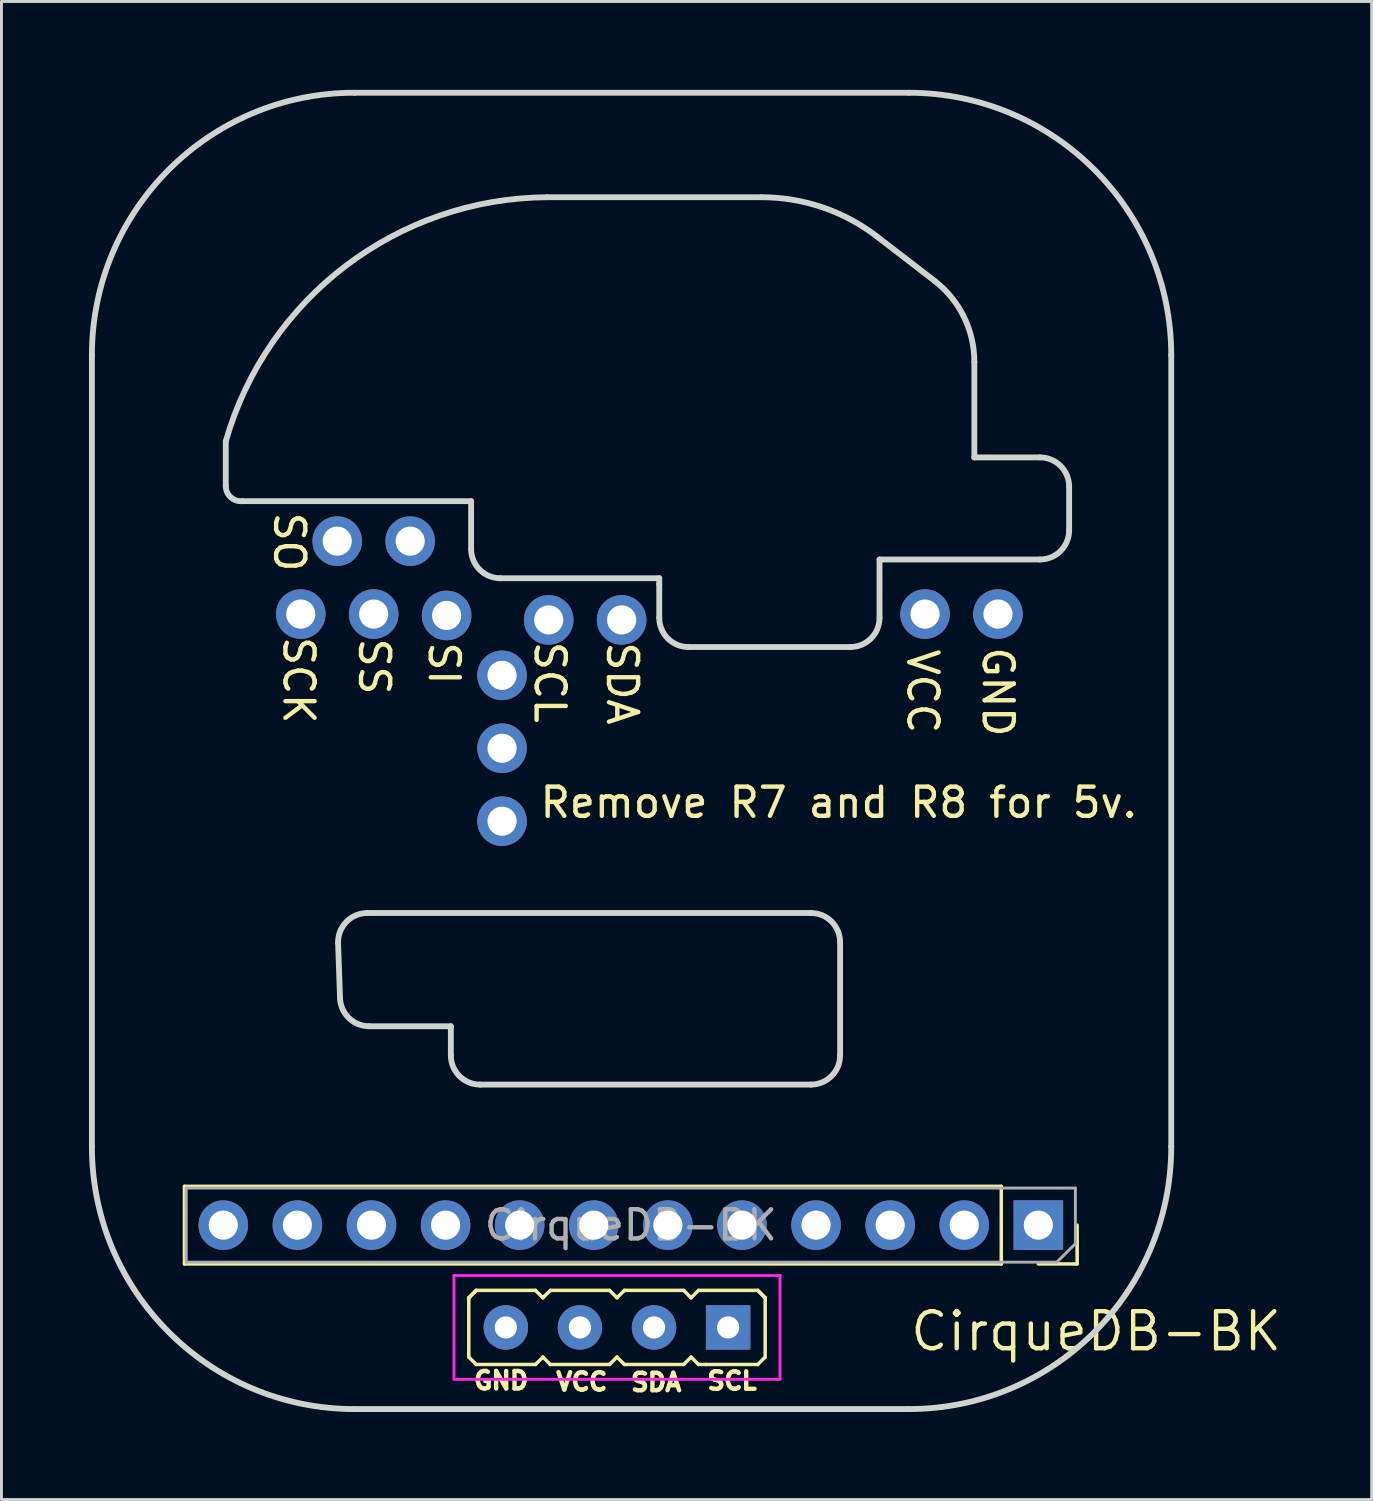
<source format=kicad_pcb>
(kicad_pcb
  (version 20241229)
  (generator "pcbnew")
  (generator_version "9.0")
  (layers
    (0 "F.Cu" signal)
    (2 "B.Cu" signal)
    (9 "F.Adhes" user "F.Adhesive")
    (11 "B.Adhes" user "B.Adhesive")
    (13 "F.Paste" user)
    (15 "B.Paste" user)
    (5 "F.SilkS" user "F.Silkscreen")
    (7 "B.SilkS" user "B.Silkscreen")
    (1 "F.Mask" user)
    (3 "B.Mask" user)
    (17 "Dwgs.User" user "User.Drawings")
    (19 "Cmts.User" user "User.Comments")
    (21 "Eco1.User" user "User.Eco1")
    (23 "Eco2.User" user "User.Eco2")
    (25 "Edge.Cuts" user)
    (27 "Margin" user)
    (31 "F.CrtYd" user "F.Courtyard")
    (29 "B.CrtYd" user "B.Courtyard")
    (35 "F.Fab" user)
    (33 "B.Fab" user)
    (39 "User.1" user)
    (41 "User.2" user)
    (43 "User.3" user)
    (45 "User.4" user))
  (footprint "CirqueDB-BK"
    (layer "F.Cu")
    (at 34.524 42.587)
    (property "Reference" "CirqueDB-BK" (at 0 0 0) (unlocked yes) (layer "F.SilkS") (effects (font (size 1.27 1.27) (thickness 0.15))))
    (fp_line (start -31.25 -4.97) (end -31.25 -2.31) (stroke (width 0.12) (type solid)) (layer "F.SilkS"))
    (fp_line (start -21.504 -1.149) (end -21.504 0.883) (stroke (width 0.12) (type solid)) (layer "F.SilkS"))
    (fp_line (start -21.504 -1.149) (end -21.25 -1.403) (stroke (width 0.12) (type solid)) (layer "F.SilkS"))
    (fp_line (start -21.504 -1.149) (end -21.25 -1.403) (stroke (width 0.12) (type solid)) (layer "F.SilkS"))
    (fp_line (start -21.25 -1.403) (end -19.218 -1.403) (stroke (width 0.12) (type solid)) (layer "F.SilkS"))
    (fp_line (start -21.25 1.137) (end -21.504 0.883) (stroke (width 0.12) (type solid)) (layer "F.SilkS"))
    (fp_line (start -19.218 -1.403) (end -18.964 -1.149) (stroke (width 0.12) (type solid)) (layer "F.SilkS"))
    (fp_line (start -19.218 1.137) (end -21.25 1.137) (stroke (width 0.12) (type solid)) (layer "F.SilkS"))
    (fp_line (start -18.964 -1.149) (end -18.71 -1.403) (stroke (width 0.12) (type solid)) (layer "F.SilkS"))
    (fp_line (start -18.964 0.883) (end -19.218 1.137) (stroke (width 0.12) (type solid)) (layer "F.SilkS"))
    (fp_line (start -18.71 -1.403) (end -16.678 -1.403) (stroke (width 0.12) (type solid)) (layer "F.SilkS"))
    (fp_line (start -18.71 1.137) (end -18.964 0.883) (stroke (width 0.12) (type solid)) (layer "F.SilkS"))
    (fp_line (start -16.678 -1.403) (end -16.424 -1.149) (stroke (width 0.12) (type solid)) (layer "F.SilkS"))
    (fp_line (start -16.678 1.137) (end -18.71 1.137) (stroke (width 0.12) (type solid)) (layer "F.SilkS"))
    (fp_line (start -16.424 -1.149) (end -16.17 -1.403) (stroke (width 0.12) (type solid)) (layer "F.SilkS"))
    (fp_line (start -16.424 0.883) (end -16.678 1.137) (stroke (width 0.12) (type solid)) (layer "F.SilkS"))
    (fp_line (start -16.17 -1.403) (end -14.138 -1.403) (stroke (width 0.12) (type solid)) (layer "F.SilkS"))
    (fp_line (start -16.17 1.137) (end -16.424 0.883) (stroke (width 0.12) (type solid)) (layer "F.SilkS"))
    (fp_line (start -14.138 -1.403) (end -13.884 -1.149) (stroke (width 0.12) (type solid)) (layer "F.SilkS"))
    (fp_line (start -14.138 1.137) (end -16.17 1.137) (stroke (width 0.12) (type solid)) (layer "F.SilkS"))
    (fp_line (start -13.884 -1.149) (end -13.63 -1.403) (stroke (width 0.12) (type solid)) (layer "F.SilkS"))
    (fp_line (start -13.884 0.883) (end -14.138 1.137) (stroke (width 0.12) (type solid)) (layer "F.SilkS"))
    (fp_line (start -13.63 -1.403) (end -11.598 -1.403) (stroke (width 0.12) (type solid)) (layer "F.SilkS"))
    (fp_line (start -13.63 1.137) (end -13.884 0.883) (stroke (width 0.12) (type solid)) (layer "F.SilkS"))
    (fp_line (start -13.376 1.137) (end -13.63 1.137) (stroke (width 0.12) (type solid)) (layer "F.SilkS"))
    (fp_line (start -11.598 -1.403) (end -11.344 -1.149) (stroke (width 0.12) (type solid)) (layer "F.SilkS"))
    (fp_line (start -11.598 -1.403) (end -11.344 -1.149) (stroke (width 0.12) (type solid)) (layer "F.SilkS"))
    (fp_line (start -11.598 1.137) (end -13.376 1.137) (stroke (width 0.12) (type solid)) (layer "F.SilkS"))
    (fp_line (start -11.598 1.137) (end -11.344 0.883) (stroke (width 0.12) (type solid)) (layer "F.SilkS"))
    (fp_line (start -11.344 0.883) (end -11.344 -1.149) (stroke (width 0.12) (type solid)) (layer "F.SilkS"))
    (fp_line (start -3.25 -4.97) (end -31.25 -4.97) (stroke (width 0.12) (type solid)) (layer "F.SilkS"))
    (fp_line (start -3.25 -4.97) (end -3.25 -2.31) (stroke (width 0.12) (type solid)) (layer "F.SilkS"))
    (fp_line (start -3.25 -2.31) (end -31.25 -2.31) (stroke (width 0.12) (type solid)) (layer "F.SilkS"))
    (fp_line (start -0.65 -3.64) (end -0.65 -2.31) (stroke (width 0.12) (type solid)) (layer "F.SilkS"))
    (fp_line (start -0.65 -2.31) (end -1.98 -2.31) (stroke (width 0.12) (type solid)) (layer "F.SilkS"))
    (fp_line (start -34.424 -33.457) (end -34.424 -6.334) (stroke (width 0.2) (type solid)) (layer "Edge.Cuts"))
    (fp_line (start -29.835 -28.977) (end -29.835 -30.508) (stroke (width 0.2) (type solid)) (layer "Edge.Cuts"))
    (fp_line (start -25.984 -13.304) (end -25.918 -11.423) (stroke (width 0.2) (type solid)) (layer "Edge.Cuts"))
    (fp_line (start -25.424 2.666) (end -6.424 2.666) (stroke (width 0.2) (type solid)) (layer "Edge.Cuts"))
    (fp_line (start -24.919 -10.457) (end -22.119 -10.457) (stroke (width 0.2) (type solid)) (layer "Edge.Cuts"))
    (fp_line (start -22.119 -10.457) (end -22.119 -9.457) (stroke (width 0.2) (type solid)) (layer "Edge.Cuts"))
    (fp_line (start -21.424 -28.457) (end -29.264 -28.457) (stroke (width 0.2) (type solid)) (layer "Edge.Cuts"))
    (fp_line (start -21.424 -26.815) (end -21.424 -28.457) (stroke (width 0.2) (type solid)) (layer "Edge.Cuts"))
    (fp_line (start -21.119 -8.457) (end -9.775 -8.457) (stroke (width 0.2) (type solid)) (layer "Edge.Cuts"))
    (fp_line (start -18.809 -38.876) (end -11.473 -38.876) (stroke (width 0.2) (type solid)) (layer "Edge.Cuts"))
    (fp_line (start -14.975 -25.815) (end -20.424 -25.815) (stroke (width 0.2) (type solid)) (layer "Edge.Cuts"))
    (fp_line (start -14.975 -25.609) (end -14.975 -25.815) (stroke (width 0.2) (type solid)) (layer "Edge.Cuts"))
    (fp_line (start -14.975 -24.457) (end -14.975 -25.609) (stroke (width 0.2) (type solid)) (layer "Edge.Cuts"))
    (fp_line (start -9.775 -14.339) (end -24.985 -14.339) (stroke (width 0.2) (type solid)) (layer "Edge.Cuts"))
    (fp_line (start -8.775 -9.457) (end -8.775 -13.339) (stroke (width 0.2) (type solid)) (layer "Edge.Cuts"))
    (fp_line (start -8.424 -23.457) (end -13.975 -23.457) (stroke (width 0.2) (type solid)) (layer "Edge.Cuts"))
    (fp_line (start -7.504 -37.524) (end -5.537 -36.008) (stroke (width 0.2) (type solid)) (layer "Edge.Cuts"))
    (fp_line (start -7.424 -26.457) (end -7.424 -24.457) (stroke (width 0.2) (type solid)) (layer "Edge.Cuts"))
    (fp_line (start -6.424 -42.457) (end -25.424 -42.457) (stroke (width 0.2) (type solid)) (layer "Edge.Cuts"))
    (fp_line (start -4.174 -33.236) (end -4.174 -29.957) (stroke (width 0.2) (type solid)) (layer "Edge.Cuts"))
    (fp_line (start -4.174 -29.957) (end -1.924 -29.957) (stroke (width 0.2) (type solid)) (layer "Edge.Cuts"))
    (fp_line (start -1.924 -26.457) (end -7.424 -26.457) (stroke (width 0.2) (type solid)) (layer "Edge.Cuts"))
    (fp_line (start -0.924 -28.957) (end -0.924 -27.457) (stroke (width 0.2) (type solid)) (layer "Edge.Cuts"))
    (fp_line (start 2.576 -6.334) (end 2.576 -33.457) (stroke (width 0.2) (type solid)) (layer "Edge.Cuts"))
    (fp_arc (start -34.423961 -33.457381) (mid -31.787922 -39.821342) (end -25.423961 -42.457381) (stroke (width 0.2) (type solid)) (layer "Edge.Cuts"))
    (fp_arc (start -29.834789 -30.508195) (mid -25.715466 -36.528104) (end -18.809371 -38.87629) (stroke (width 0.2) (type solid)) (layer "Edge.Cuts"))
    (fp_arc (start -29.263961 -28.457381) (mid -29.664048 -28.591499) (end -29.834789 -28.977381) (stroke (width 0.2) (type solid)) (layer "Edge.Cuts"))
    (fp_arc (start -25.983983 -13.304141) (mid -25.703911 -14.033671) (end -24.984591 -14.33901) (stroke (width 0.2) (type solid)) (layer "Edge.Cuts"))
    (fp_arc (start -25.423961 2.666038) (mid -31.787922 0.029999) (end -34.423961 -6.333962) (stroke (width 0.2) (type solid)) (layer "Edge.Cuts"))
    (fp_arc (start -24.918941 -10.457381) (mid -25.61362 -10.738042) (end -25.918333 -11.422512) (stroke (width 0.2) (type solid)) (layer "Edge.Cuts"))
    (fp_arc (start -21.118883 -8.457381) (mid -21.825979 -8.750285) (end -22.118883 -9.457381) (stroke (width 0.2) (type solid)) (layer "Edge.Cuts"))
    (fp_arc (start -20.423961 -25.81546) (mid -21.131072 -26.108349) (end -21.423961 -26.81546) (stroke (width 0.2) (type solid)) (layer "Edge.Cuts"))
    (fp_arc (start -13.97453 -23.457381) (mid -14.681637 -23.750274) (end -14.97453 -24.457381) (stroke (width 0.2) (type solid)) (layer "Edge.Cuts"))
    (fp_arc (start -11.472513 -38.87629) (mid -9.376431 -38.529049) (end -7.504302 -37.524426) (stroke (width 0.2) (type solid)) (layer "Edge.Cuts"))
    (fp_arc (start -9.77539 -14.33901) (mid -9.068284 -14.046116) (end -8.77539 -13.33901) (stroke (width 0.2) (type solid)) (layer "Edge.Cuts"))
    (fp_arc (start -8.77539 -9.457381) (mid -9.068283 -8.750274) (end -9.77539 -8.457381) (stroke (width 0.2) (type solid)) (layer "Edge.Cuts"))
    (fp_arc (start -7.423961 -24.457381) (mid -7.716854 -23.750274) (end -8.423961 -23.457381) (stroke (width 0.2) (type solid)) (layer "Edge.Cuts"))
    (fp_arc (start -6.423961 -42.457381) (mid -0.06 -39.821342) (end 2.576039 -33.457381) (stroke (width 0.2) (type solid)) (layer "Edge.Cuts"))
    (fp_arc (start -5.537232 -36.008198) (mid -4.533219 -34.780703) (end -4.173961 -33.236125) (stroke (width 0.2) (type solid)) (layer "Edge.Cuts"))
    (fp_arc (start -1.923961 -29.957381) (mid -1.216854 -29.664488) (end -0.923961 -28.957381) (stroke (width 0.2) (type solid)) (layer "Edge.Cuts"))
    (fp_arc (start -0.923961 -27.457381) (mid -1.216854 -26.750274) (end -1.923961 -26.457381) (stroke (width 0.2) (type solid)) (layer "Edge.Cuts"))
    (fp_arc (start 2.576039 -6.333962) (mid -0.059999 0.03) (end -6.423961 2.666038) (stroke (width 0.2) (type solid)) (layer "Edge.Cuts"))
    (fp_line (start -22.012 -1.911) (end -22.012 1.645) (stroke (width 0.1) (type solid)) (layer "F.CrtYd"))
    (fp_line (start -22.012 -1.911) (end -10.836 -1.911) (stroke (width 0.1) (type solid)) (layer "F.CrtYd"))
    (fp_line (start -10.836 1.645) (end -22.012 1.645) (stroke (width 0.1) (type solid)) (layer "F.CrtYd"))
    (fp_line (start -10.836 1.645) (end -10.836 -1.911) (stroke (width 0.1) (type solid)) (layer "F.CrtYd"))
    (fp_line (start -31.19 -4.91) (end -0.71 -4.91) (stroke (width 0.1) (type solid)) (layer "F.Fab"))
    (fp_line (start -31.19 -2.37) (end -31.19 -4.91) (stroke (width 0.1) (type solid)) (layer "F.Fab"))
    (fp_line (start -1.345 -2.37) (end -31.19 -2.37) (stroke (width 0.1) (type solid)) (layer "F.Fab"))
    (fp_line (start -0.71 -4.91) (end -0.71 -3.005) (stroke (width 0.1) (type solid)) (layer "F.Fab"))
    (fp_line (start -0.71 -3.005) (end -1.345 -2.37) (stroke (width 0.1) (type solid)) (layer "F.Fab"))
    (fp_line (start -34.364 -33.487) (end -34.364 -6.364) (stroke (width 0.2) (type solid)) (layer "User.7"))
    (fp_line (start -25.924 -13.334) (end -25.858 -11.453) (stroke (width 0.2) (type solid)) (layer "User.7"))
    (fp_line (start -25.364 2.636) (end -6.364 2.636) (stroke (width 0.2) (type solid)) (layer "User.7"))
    (fp_line (start -24.859 -10.487) (end -22.059 -10.487) (stroke (width 0.2) (type solid)) (layer "User.7"))
    (fp_line (start -22.059 -10.487) (end -22.059 -9.487) (stroke (width 0.2) (type solid)) (layer "User.7"))
    (fp_line (start -21.364 -26.845) (end -21.364 -28.487) (stroke (width 0.2) (type solid)) (layer "User.7"))
    (fp_line (start -21.059 -8.487) (end -9.715 -8.487) (stroke (width 0.2) (type solid)) (layer "User.7"))
    (fp_line (start -18.749 -38.906) (end -11.413 -38.906) (stroke (width 0.2) (type solid)) (layer "User.7"))
    (fp_line (start -14.915 -25.845) (end -20.364 -25.845) (stroke (width 0.2) (type solid)) (layer "User.7"))
    (fp_line (start -14.915 -25.639) (end -14.915 -25.845) (stroke (width 0.2) (type solid)) (layer "User.7"))
    (fp_line (start -14.915 -24.487) (end -14.915 -25.639) (stroke (width 0.2) (type solid)) (layer "User.7"))
    (fp_line (start -9.715 -14.369) (end -24.925 -14.369) (stroke (width 0.2) (type solid)) (layer "User.7"))
    (fp_line (start -8.715 -9.487) (end -8.715 -13.369) (stroke (width 0.2) (type solid)) (layer "User.7"))
    (fp_line (start -8.364 -23.487) (end -13.915 -23.487) (stroke (width 0.2) (type solid)) (layer "User.7"))
    (fp_line (start -7.444 -37.554) (end -5.477 -36.038) (stroke (width 0.2) (type solid)) (layer "User.7"))
    (fp_line (start -7.364 -26.487) (end -7.364 -24.487) (stroke (width 0.2) (type solid)) (layer "User.7"))
    (fp_line (start -6.364 -42.487) (end -25.364 -42.487) (stroke (width 0.2) (type solid)) (layer "User.7"))
    (fp_line (start -4.114 -33.266) (end -4.114 -29.987) (stroke (width 0.2) (type solid)) (layer "User.7"))
    (fp_line (start -4.114 -29.987) (end -1.864 -29.987) (stroke (width 0.2) (type solid)) (layer "User.7"))
    (fp_line (start -1.864 -26.487) (end -7.364 -26.487) (stroke (width 0.2) (type solid)) (layer "User.7"))
    (fp_line (start -0.864 -28.987) (end -0.864 -27.487) (stroke (width 0.2) (type solid)) (layer "User.7"))
    (fp_line (start 2.636 -6.364) (end 2.636 -33.487) (stroke (width 0.2) (type solid)) (layer "User.7"))
    (fp_arc (start -34.363961 -33.487381) (mid -31.727922 -39.851342) (end -25.363961 -42.487381) (stroke (width 0.2) (type solid)) (layer "User.7"))
    (fp_arc (start -25.923983 -13.334141) (mid -25.643911 -14.063671) (end -24.924591 -14.36901) (stroke (width 0.2) (type solid)) (layer "User.7"))
    (fp_arc (start -25.363961 2.636038) (mid -31.727922 -0.000001) (end -34.363961 -6.363962) (stroke (width 0.2) (type solid)) (layer "User.7"))
    (fp_arc (start -24.858941 -10.487381) (mid -25.55362 -10.768042) (end -25.858333 -11.452512) (stroke (width 0.2) (type solid)) (layer "User.7"))
    (fp_arc (start -21.058883 -8.487381) (mid -21.765979 -8.780285) (end -22.058883 -9.487381) (stroke (width 0.2) (type solid)) (layer "User.7"))
    (fp_arc (start -20.363961 -25.84546) (mid -21.071072 -26.138349) (end -21.363961 -26.84546) (stroke (width 0.2) (type solid)) (layer "User.7"))
    (fp_arc (start -13.91453 -23.487381) (mid -14.621637 -23.780274) (end -14.91453 -24.487381) (stroke (width 0.2) (type solid)) (layer "User.7"))
    (fp_arc (start -11.412513 -38.90629) (mid -9.316431 -38.559049) (end -7.444302 -37.554426) (stroke (width 0.2) (type solid)) (layer "User.7"))
    (fp_arc (start -9.71539 -14.36901) (mid -9.008284 -14.076116) (end -8.71539 -13.36901) (stroke (width 0.2) (type solid)) (layer "User.7"))
    (fp_arc (start -8.71539 -9.487381) (mid -9.008283 -8.780274) (end -9.71539 -8.487381) (stroke (width 0.2) (type solid)) (layer "User.7"))
    (fp_arc (start -7.363961 -24.487381) (mid -7.656854 -23.780274) (end -8.363961 -23.487381) (stroke (width 0.2) (type solid)) (layer "User.7"))
    (fp_arc (start -6.363961 -42.487381) (mid 0 -39.851342) (end 2.636039 -33.487381) (stroke (width 0.2) (type solid)) (layer "User.7"))
    (fp_arc (start -5.477232 -36.038198) (mid -4.473219 -34.810703) (end -4.113961 -33.266125) (stroke (width 0.2) (type solid)) (layer "User.7"))
    (fp_arc (start -1.863961 -29.987381) (mid -1.156854 -29.694488) (end -0.863961 -28.987381) (stroke (width 0.2) (type solid)) (layer "User.7"))
    (fp_arc (start -0.863961 -27.487381) (mid -1.156854 -26.780274) (end -1.863961 -26.487381) (stroke (width 0.2) (type solid)) (layer "User.7"))
    (fp_arc (start 2.636039 -6.363962) (mid 0.000001 0) (end -6.363961 2.636038) (stroke (width 0.2) (type solid)) (layer "User.7"))
    (fp_circle (center -27.264 -24.587) (end -28.014 -24.587) (stroke (width 0.2) (type solid)) (fill no) (layer "User.7"))
    (fp_circle (center -26.014 -27.087) (end -26.764 -27.087) (stroke (width 0.2) (type solid)) (fill no) (layer "User.7"))
    (fp_circle (center -24.764 -24.587) (end -25.514 -24.587) (stroke (width 0.2) (type solid)) (fill no) (layer "User.7"))
    (fp_circle (center -23.514 -27.087) (end -24.264 -27.087) (stroke (width 0.2) (type solid)) (fill no) (layer "User.7"))
    (fp_circle (center -22.264 -24.539) (end -23.014 -24.539) (stroke (width 0.2) (type solid)) (fill no) (layer "User.7"))
    (fp_circle (center -20.364 -22.487) (end -21.114 -22.487) (stroke (width 0.2) (type solid)) (fill no) (layer "User.7"))
    (fp_circle (center -20.364 -22.487) (end -21.114 -22.487) (stroke (width 0.2) (type solid)) (fill no) (layer "User.7"))
    (fp_circle (center -20.364 -19.987) (end -21.114 -19.987) (stroke (width 0.2) (type solid)) (fill no) (layer "User.7"))
    (fp_circle (center -20.364 -17.487) (end -21.114 -17.487) (stroke (width 0.2) (type solid)) (fill no) (layer "User.7"))
    (fp_circle (center -18.764 -24.387) (end -19.514 -24.387) (stroke (width 0.2) (type solid)) (fill no) (layer "User.7"))
    (fp_circle (center -16.264 -24.387) (end -17.014 -24.387) (stroke (width 0.2) (type solid)) (fill no) (layer "User.7"))
    (fp_circle (center -5.864 -24.587) (end -6.614 -24.587) (stroke (width 0.2) (type solid)) (fill no) (layer "User.7"))
    (fp_circle (center -3.364 -24.587) (end -4.114 -24.587) (stroke (width 0.2) (type solid)) (fill no) (layer "User.7"))
    (fp_text user "GND" (at -3.364 -21.917 270) (unlocked yes) (layer "F.SilkS") (effects (font (size 1 1) (thickness 0.15))))
    (fp_text user "VCC" (at -17.63 1.73 0) (unlocked yes) (layer "F.SilkS") (effects (font (size 0.6 0.6) (thickness 0.15))))
    (fp_text user "SO" (at -27.654 -27.057 270) (unlocked yes) (layer "F.SilkS") (effects (font (size 1 1) (thickness 0.15))))
    (fp_text user "GND" (at -20.394 1.689 0) (unlocked yes) (layer "F.SilkS") (effects (font (size 0.6 0.6) (thickness 0.15))))
    (fp_text user "SCK" (at -27.334 -22.317 270) (unlocked yes) (layer "F.SilkS") (effects (font (size 1 1) (thickness 0.15))))
    (fp_text user "SS" (at -24.744 -22.787 270) (unlocked yes) (layer "F.SilkS") (effects (font (size 1 1) (thickness 0.15))))
    (fp_text user "SCL" (at -12.48 1.7 0) (unlocked yes) (layer "F.SilkS") (effects (font (size 0.6 0.6) (thickness 0.15))))
    (fp_text user "SDA" (at -15.08 1.75 0) (unlocked yes) (layer "F.SilkS") (effects (font (size 0.6 0.6) (thickness 0.15))))
    (fp_text user "VCC" (at -5.944 -21.937 270) (unlocked yes) (layer "F.SilkS") (effects (font (size 1 1) (thickness 0.15))))
    (fp_text user "SCL" (at -18.724 -22.247 270) (unlocked yes) (layer "F.SilkS") (effects (font (size 1 1) (thickness 0.15))))
    (fp_text user "SI" (at -22.354 -22.897 270) (unlocked yes) (layer "F.SilkS") (effects (font (size 1 1) (thickness 0.15))))
    (fp_text user "Remove R7 and R8 for 5v." (at -8.824 -18.127 0) (unlocked yes) (layer "F.SilkS") (effects (font (size 1 1) (thickness 0.15))))
    (fp_text user "SDA" (at -16.244 -22.207 270) (unlocked yes) (layer "F.SilkS") (effects (font (size 1 1) (thickness 0.15))))
    (fp_text user "${REFERENCE}" (at -15.95 -3.64 180) (layer "F.Fab") (effects (font (size 1 1) (thickness 0.15))))
    (pad "1" thru_hole rect (at -12.614 -0.133 270) (size 1.524 1.524) (drill 0.762) (layers "*.Cu" "*.Mask"))
    (pad "1" thru_hole circle (at -3.364 -24.587 180) (size 1.7 1.7) (drill 1) (layers "*.Cu" "*.Mask"))
    (pad "1" thru_hole rect (at -1.98 -3.64 270) (size 1.7 1.7) (drill 1) (layers "*.Cu" "*.Mask"))
    (pad "2" thru_hole oval (at -15.154 -0.133 270) (size 1.524 1.524) (drill 0.762) (layers "*.Cu" "*.Mask"))
    (pad "2" thru_hole circle (at -5.864 -24.587 180) (size 1.7 1.7) (drill 1) (layers "*.Cu" "*.Mask"))
    (pad "2" thru_hole oval (at -4.52 -3.64 270) (size 1.7 1.7) (drill 1) (layers "*.Cu" "*.Mask"))
    (pad "3" thru_hole oval (at -17.694 -0.133 270) (size 1.524 1.524) (drill 0.762) (layers "*.Cu" "*.Mask"))
    (pad "3" thru_hole circle (at -16.264 -24.387 180) (size 1.7 1.7) (drill 1) (layers "*.Cu" "*.Mask"))
    (pad "3" thru_hole oval (at -7.06 -3.64 270) (size 1.7 1.7) (drill 1) (layers "*.Cu" "*.Mask"))
    (pad "4" thru_hole oval (at -20.234 -0.133 270) (size 1.524 1.524) (drill 0.762) (layers "*.Cu" "*.Mask"))
    (pad "4" thru_hole circle (at -18.764 -24.387 180) (size 1.7 1.7) (drill 1) (layers "*.Cu" "*.Mask"))
    (pad "4" thru_hole oval (at -9.6 -3.64 270) (size 1.7 1.7) (drill 1) (layers "*.Cu" "*.Mask"))
    (pad "5" thru_hole circle (at -20.364 -22.487 180) (size 1.7 1.7) (drill 1) (layers "*.Cu" "*.Mask"))
    (pad "5" thru_hole oval (at -12.14 -3.64 270) (size 1.7 1.7) (drill 1) (layers "*.Cu" "*.Mask"))
    (pad "6" thru_hole circle (at -20.364 -19.987 180) (size 1.7 1.7) (drill 1) (layers "*.Cu" "*.Mask"))
    (pad "6" thru_hole oval (at -14.68 -3.64 270) (size 1.7 1.7) (drill 1) (layers "*.Cu" "*.Mask"))
    (pad "7" thru_hole circle (at -20.364 -17.487 180) (size 1.7 1.7) (drill 1) (layers "*.Cu" "*.Mask"))
    (pad "7" thru_hole oval (at -17.22 -3.64 270) (size 1.7 1.7) (drill 1) (layers "*.Cu" "*.Mask"))
    (pad "8" thru_hole circle (at -22.264 -24.539 180) (size 1.7 1.7) (drill 1) (layers "*.Cu" "*.Mask"))
    (pad "8" thru_hole oval (at -19.76 -3.64 270) (size 1.7 1.7) (drill 1) (layers "*.Cu" "*.Mask"))
    (pad "9" thru_hole circle (at -23.514 -27.087 180) (size 1.7 1.7) (drill 1) (layers "*.Cu" "*.Mask"))
    (pad "9" thru_hole oval (at -22.3 -3.64 270) (size 1.7 1.7) (drill 1) (layers "*.Cu" "*.Mask"))
    (pad "10" thru_hole oval (at -24.84 -3.64 270) (size 1.7 1.7) (drill 1) (layers "*.Cu" "*.Mask"))
    (pad "10" thru_hole circle (at -24.764 -24.587 180) (size 1.7 1.7) (drill 1) (layers "*.Cu" "*.Mask"))
    (pad "11" thru_hole oval (at -27.38 -3.64 270) (size 1.7 1.7) (drill 1) (layers "*.Cu" "*.Mask"))
    (pad "11" thru_hole circle (at -26.014 -27.087 180) (size 1.7 1.7) (drill 1) (layers "*.Cu" "*.Mask"))
    (pad "12" thru_hole oval (at -29.92 -3.64 270) (size 1.7 1.7) (drill 1) (layers "*.Cu" "*.Mask"))
    (pad "12" thru_hole circle (at -27.264 -24.587 180) (size 1.7 1.7) (drill 1) (layers "*.Cu" "*.Mask")))
  (gr_rect
    (start -3 -3)
    (end 43.972 48.353)
    (stroke (width 0.1) (type default))
    (fill no)
    (layer "Edge.Cuts")))
</source>
